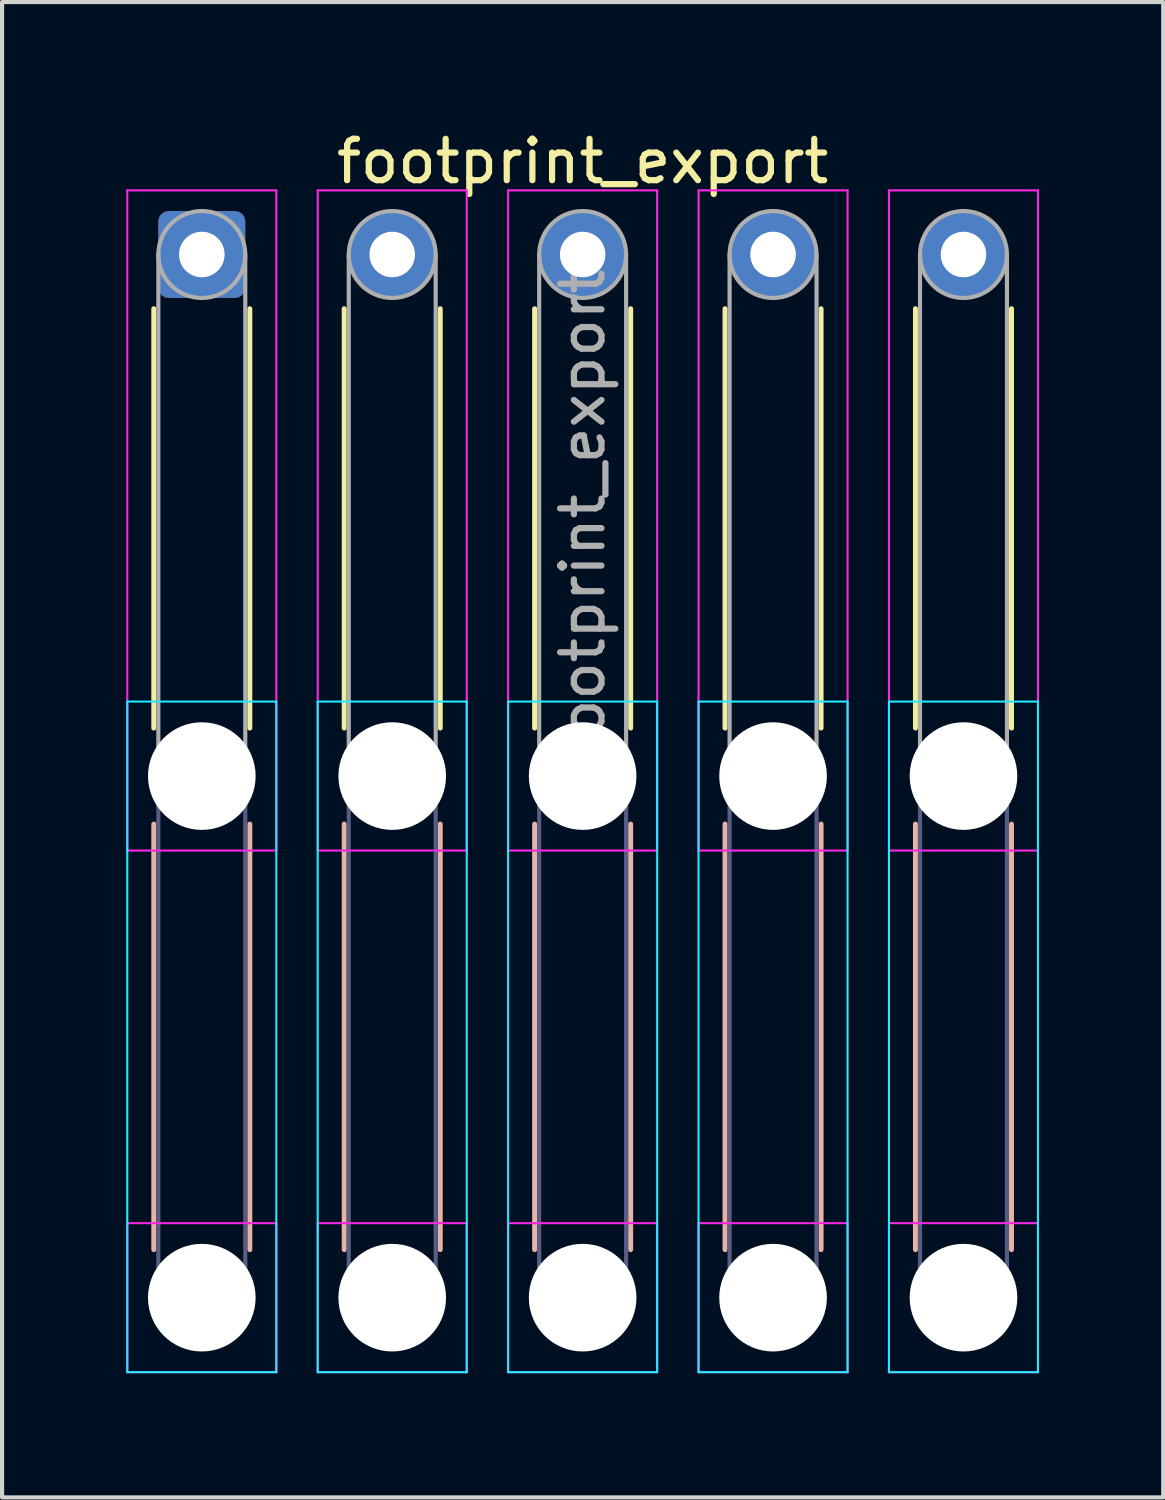
<source format=kicad_pcb>
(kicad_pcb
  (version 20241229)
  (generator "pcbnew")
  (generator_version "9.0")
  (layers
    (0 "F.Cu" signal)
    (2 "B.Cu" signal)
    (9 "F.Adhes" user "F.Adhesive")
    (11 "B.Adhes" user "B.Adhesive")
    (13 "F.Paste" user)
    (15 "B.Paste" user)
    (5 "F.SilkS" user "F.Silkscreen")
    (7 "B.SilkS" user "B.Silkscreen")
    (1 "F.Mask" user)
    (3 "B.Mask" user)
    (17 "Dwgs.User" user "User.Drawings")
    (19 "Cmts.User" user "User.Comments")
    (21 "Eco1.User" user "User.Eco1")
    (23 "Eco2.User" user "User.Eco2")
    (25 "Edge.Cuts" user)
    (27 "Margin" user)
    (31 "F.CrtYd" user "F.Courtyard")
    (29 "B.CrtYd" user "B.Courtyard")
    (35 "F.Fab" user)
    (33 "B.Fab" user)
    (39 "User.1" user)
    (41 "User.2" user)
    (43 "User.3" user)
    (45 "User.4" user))
  (footprint "footprint_export"
    (layer "F.Cu")
    (at 1.825 3.098)
    (property "Reference" "footprint_export" (at 9.2 -2.25 0) (layer "F.SilkS") (effects (font (size 1 1) (thickness 0.15))))
    (attr exclude_from_pos_files exclude_from_bom)
    (fp_line (start -1.16 1.31) (end -1.16 11.44) (stroke (width 0.12) (type solid)) (layer "F.SilkS"))
    (fp_line (start 1.16 1.31) (end 1.16 11.44) (stroke (width 0.12) (type solid)) (layer "F.SilkS"))
    (fp_line (start 3.44 1.31) (end 3.44 11.44) (stroke (width 0.12) (type solid)) (layer "F.SilkS"))
    (fp_line (start 5.76 1.31) (end 5.76 11.44) (stroke (width 0.12) (type solid)) (layer "F.SilkS"))
    (fp_line (start 8.04 1.31) (end 8.04 11.44) (stroke (width 0.12) (type solid)) (layer "F.SilkS"))
    (fp_line (start 10.36 1.31) (end 10.36 11.44) (stroke (width 0.12) (type solid)) (layer "F.SilkS"))
    (fp_line (start 12.64 1.31) (end 12.64 11.44) (stroke (width 0.12) (type solid)) (layer "F.SilkS"))
    (fp_line (start 14.96 1.31) (end 14.96 11.44) (stroke (width 0.12) (type solid)) (layer "F.SilkS"))
    (fp_line (start 17.24 1.31) (end 17.24 11.44) (stroke (width 0.12) (type solid)) (layer "F.SilkS"))
    (fp_line (start 19.56 1.31) (end 19.56 11.44) (stroke (width 0.12) (type solid)) (layer "F.SilkS"))
    (fp_line (start -1.16 13.76) (end -1.16 24.04) (stroke (width 0.12) (type solid)) (layer "B.SilkS"))
    (fp_line (start 1.16 13.76) (end 1.16 24.04) (stroke (width 0.12) (type solid)) (layer "B.SilkS"))
    (fp_line (start 3.44 13.76) (end 3.44 24.04) (stroke (width 0.12) (type solid)) (layer "B.SilkS"))
    (fp_line (start 5.76 13.76) (end 5.76 24.04) (stroke (width 0.12) (type solid)) (layer "B.SilkS"))
    (fp_line (start 8.04 13.76) (end 8.04 24.04) (stroke (width 0.12) (type solid)) (layer "B.SilkS"))
    (fp_line (start 10.36 13.76) (end 10.36 24.04) (stroke (width 0.12) (type solid)) (layer "B.SilkS"))
    (fp_line (start 12.64 13.76) (end 12.64 24.04) (stroke (width 0.12) (type solid)) (layer "B.SilkS"))
    (fp_line (start 14.96 13.76) (end 14.96 24.04) (stroke (width 0.12) (type solid)) (layer "B.SilkS"))
    (fp_line (start 17.24 13.76) (end 17.24 24.04) (stroke (width 0.12) (type solid)) (layer "B.SilkS"))
    (fp_line (start 19.56 13.76) (end 19.56 24.04) (stroke (width 0.12) (type solid)) (layer "B.SilkS"))
    (fp_line (start -1.8 10.8) (end -1.8 27) (stroke (width 0.05) (type solid)) (layer "B.CrtYd"))
    (fp_line (start -1.8 27) (end 1.8 27) (stroke (width 0.05) (type solid)) (layer "B.CrtYd"))
    (fp_line (start 1.8 10.8) (end -1.8 10.8) (stroke (width 0.05) (type solid)) (layer "B.CrtYd"))
    (fp_line (start 1.8 27) (end 1.8 10.8) (stroke (width 0.05) (type solid)) (layer "B.CrtYd"))
    (fp_line (start 2.8 10.8) (end 2.8 27) (stroke (width 0.05) (type solid)) (layer "B.CrtYd"))
    (fp_line (start 2.8 27) (end 6.4 27) (stroke (width 0.05) (type solid)) (layer "B.CrtYd"))
    (fp_line (start 6.4 10.8) (end 2.8 10.8) (stroke (width 0.05) (type solid)) (layer "B.CrtYd"))
    (fp_line (start 6.4 27) (end 6.4 10.8) (stroke (width 0.05) (type solid)) (layer "B.CrtYd"))
    (fp_line (start 7.4 10.8) (end 7.4 27) (stroke (width 0.05) (type solid)) (layer "B.CrtYd"))
    (fp_line (start 7.4 27) (end 11 27) (stroke (width 0.05) (type solid)) (layer "B.CrtYd"))
    (fp_line (start 11 10.8) (end 7.4 10.8) (stroke (width 0.05) (type solid)) (layer "B.CrtYd"))
    (fp_line (start 11 27) (end 11 10.8) (stroke (width 0.05) (type solid)) (layer "B.CrtYd"))
    (fp_line (start 12 10.8) (end 12 27) (stroke (width 0.05) (type solid)) (layer "B.CrtYd"))
    (fp_line (start 12 27) (end 15.6 27) (stroke (width 0.05) (type solid)) (layer "B.CrtYd"))
    (fp_line (start 15.6 10.8) (end 12 10.8) (stroke (width 0.05) (type solid)) (layer "B.CrtYd"))
    (fp_line (start 15.6 27) (end 15.6 10.8) (stroke (width 0.05) (type solid)) (layer "B.CrtYd"))
    (fp_line (start 16.6 10.8) (end 16.6 27) (stroke (width 0.05) (type solid)) (layer "B.CrtYd"))
    (fp_line (start 16.6 27) (end 20.2 27) (stroke (width 0.05) (type solid)) (layer "B.CrtYd"))
    (fp_line (start 20.2 10.8) (end 16.6 10.8) (stroke (width 0.05) (type solid)) (layer "B.CrtYd"))
    (fp_line (start 20.2 27) (end 20.2 10.8) (stroke (width 0.05) (type solid)) (layer "B.CrtYd"))
    (fp_line (start -1.8 -1.55) (end -1.8 14.4) (stroke (width 0.05) (type solid)) (layer "F.CrtYd"))
    (fp_line (start -1.8 14.4) (end 1.8 14.4) (stroke (width 0.05) (type solid)) (layer "F.CrtYd"))
    (fp_line (start -1.8 23.4) (end -1.8 27) (stroke (width 0.05) (type solid)) (layer "F.CrtYd"))
    (fp_line (start -1.8 27) (end 1.8 27) (stroke (width 0.05) (type solid)) (layer "F.CrtYd"))
    (fp_line (start 1.8 -1.55) (end -1.8 -1.55) (stroke (width 0.05) (type solid)) (layer "F.CrtYd"))
    (fp_line (start 1.8 14.4) (end 1.8 -1.55) (stroke (width 0.05) (type solid)) (layer "F.CrtYd"))
    (fp_line (start 1.8 23.4) (end -1.8 23.4) (stroke (width 0.05) (type solid)) (layer "F.CrtYd"))
    (fp_line (start 1.8 27) (end 1.8 23.4) (stroke (width 0.05) (type solid)) (layer "F.CrtYd"))
    (fp_line (start 2.8 -1.55) (end 2.8 14.4) (stroke (width 0.05) (type solid)) (layer "F.CrtYd"))
    (fp_line (start 2.8 14.4) (end 6.4 14.4) (stroke (width 0.05) (type solid)) (layer "F.CrtYd"))
    (fp_line (start 2.8 23.4) (end 2.8 27) (stroke (width 0.05) (type solid)) (layer "F.CrtYd"))
    (fp_line (start 2.8 27) (end 6.4 27) (stroke (width 0.05) (type solid)) (layer "F.CrtYd"))
    (fp_line (start 6.4 -1.55) (end 2.8 -1.55) (stroke (width 0.05) (type solid)) (layer "F.CrtYd"))
    (fp_line (start 6.4 14.4) (end 6.4 -1.55) (stroke (width 0.05) (type solid)) (layer "F.CrtYd"))
    (fp_line (start 6.4 23.4) (end 2.8 23.4) (stroke (width 0.05) (type solid)) (layer "F.CrtYd"))
    (fp_line (start 6.4 27) (end 6.4 23.4) (stroke (width 0.05) (type solid)) (layer "F.CrtYd"))
    (fp_line (start 7.4 -1.55) (end 7.4 14.4) (stroke (width 0.05) (type solid)) (layer "F.CrtYd"))
    (fp_line (start 7.4 14.4) (end 11 14.4) (stroke (width 0.05) (type solid)) (layer "F.CrtYd"))
    (fp_line (start 7.4 23.4) (end 7.4 27) (stroke (width 0.05) (type solid)) (layer "F.CrtYd"))
    (fp_line (start 7.4 27) (end 11 27) (stroke (width 0.05) (type solid)) (layer "F.CrtYd"))
    (fp_line (start 11 -1.55) (end 7.4 -1.55) (stroke (width 0.05) (type solid)) (layer "F.CrtYd"))
    (fp_line (start 11 14.4) (end 11 -1.55) (stroke (width 0.05) (type solid)) (layer "F.CrtYd"))
    (fp_line (start 11 23.4) (end 7.4 23.4) (stroke (width 0.05) (type solid)) (layer "F.CrtYd"))
    (fp_line (start 11 27) (end 11 23.4) (stroke (width 0.05) (type solid)) (layer "F.CrtYd"))
    (fp_line (start 12 -1.55) (end 12 14.4) (stroke (width 0.05) (type solid)) (layer "F.CrtYd"))
    (fp_line (start 12 14.4) (end 15.6 14.4) (stroke (width 0.05) (type solid)) (layer "F.CrtYd"))
    (fp_line (start 12 23.4) (end 12 27) (stroke (width 0.05) (type solid)) (layer "F.CrtYd"))
    (fp_line (start 12 27) (end 15.6 27) (stroke (width 0.05) (type solid)) (layer "F.CrtYd"))
    (fp_line (start 15.6 -1.55) (end 12 -1.55) (stroke (width 0.05) (type solid)) (layer "F.CrtYd"))
    (fp_line (start 15.6 14.4) (end 15.6 -1.55) (stroke (width 0.05) (type solid)) (layer "F.CrtYd"))
    (fp_line (start 15.6 23.4) (end 12 23.4) (stroke (width 0.05) (type solid)) (layer "F.CrtYd"))
    (fp_line (start 15.6 27) (end 15.6 23.4) (stroke (width 0.05) (type solid)) (layer "F.CrtYd"))
    (fp_line (start 16.6 -1.55) (end 16.6 14.4) (stroke (width 0.05) (type solid)) (layer "F.CrtYd"))
    (fp_line (start 16.6 14.4) (end 20.2 14.4) (stroke (width 0.05) (type solid)) (layer "F.CrtYd"))
    (fp_line (start 16.6 23.4) (end 16.6 27) (stroke (width 0.05) (type solid)) (layer "F.CrtYd"))
    (fp_line (start 16.6 27) (end 20.2 27) (stroke (width 0.05) (type solid)) (layer "F.CrtYd"))
    (fp_line (start 20.2 -1.55) (end 16.6 -1.55) (stroke (width 0.05) (type solid)) (layer "F.CrtYd"))
    (fp_line (start 20.2 14.4) (end 20.2 -1.55) (stroke (width 0.05) (type solid)) (layer "F.CrtYd"))
    (fp_line (start 20.2 23.4) (end 16.6 23.4) (stroke (width 0.05) (type solid)) (layer "F.CrtYd"))
    (fp_line (start 20.2 27) (end 20.2 23.4) (stroke (width 0.05) (type solid)) (layer "F.CrtYd"))
    (fp_line (start -1.05 12.6) (end -1.05 25.2) (stroke (width 0.1) (type solid)) (layer "B.Fab"))
    (fp_line (start 1.05 12.6) (end 1.05 25.2) (stroke (width 0.1) (type solid)) (layer "B.Fab"))
    (fp_line (start 3.55 12.6) (end 3.55 25.2) (stroke (width 0.1) (type solid)) (layer "B.Fab"))
    (fp_line (start 5.65 12.6) (end 5.65 25.2) (stroke (width 0.1) (type solid)) (layer "B.Fab"))
    (fp_line (start 8.15 12.6) (end 8.15 25.2) (stroke (width 0.1) (type solid)) (layer "B.Fab"))
    (fp_line (start 10.25 12.6) (end 10.25 25.2) (stroke (width 0.1) (type solid)) (layer "B.Fab"))
    (fp_line (start 12.75 12.6) (end 12.75 25.2) (stroke (width 0.1) (type solid)) (layer "B.Fab"))
    (fp_line (start 14.85 12.6) (end 14.85 25.2) (stroke (width 0.1) (type solid)) (layer "B.Fab"))
    (fp_line (start 17.35 12.6) (end 17.35 25.2) (stroke (width 0.1) (type solid)) (layer "B.Fab"))
    (fp_line (start 19.45 12.6) (end 19.45 25.2) (stroke (width 0.1) (type solid)) (layer "B.Fab"))
    (fp_circle (center 0 12.6) (end 1.05 12.6) (stroke (width 0.1) (type solid)) (fill no) (layer "B.Fab"))
    (fp_circle (center 0 25.2) (end 1.05 25.2) (stroke (width 0.1) (type solid)) (fill no) (layer "B.Fab"))
    (fp_circle (center 4.6 12.6) (end 5.65 12.6) (stroke (width 0.1) (type solid)) (fill no) (layer "B.Fab"))
    (fp_circle (center 4.6 25.2) (end 5.65 25.2) (stroke (width 0.1) (type solid)) (fill no) (layer "B.Fab"))
    (fp_circle (center 9.2 12.6) (end 10.25 12.6) (stroke (width 0.1) (type solid)) (fill no) (layer "B.Fab"))
    (fp_circle (center 9.2 25.2) (end 10.25 25.2) (stroke (width 0.1) (type solid)) (fill no) (layer "B.Fab"))
    (fp_circle (center 13.8 12.6) (end 14.85 12.6) (stroke (width 0.1) (type solid)) (fill no) (layer "B.Fab"))
    (fp_circle (center 13.8 25.2) (end 14.85 25.2) (stroke (width 0.1) (type solid)) (fill no) (layer "B.Fab"))
    (fp_circle (center 18.4 12.6) (end 19.45 12.6) (stroke (width 0.1) (type solid)) (fill no) (layer "B.Fab"))
    (fp_circle (center 18.4 25.2) (end 19.45 25.2) (stroke (width 0.1) (type solid)) (fill no) (layer "B.Fab"))
    (fp_line (start -1.05 0) (end -1.05 12.6) (stroke (width 0.1) (type solid)) (layer "F.Fab"))
    (fp_line (start 1.05 0) (end 1.05 12.6) (stroke (width 0.1) (type solid)) (layer "F.Fab"))
    (fp_line (start 3.55 0) (end 3.55 12.6) (stroke (width 0.1) (type solid)) (layer "F.Fab"))
    (fp_line (start 5.65 0) (end 5.65 12.6) (stroke (width 0.1) (type solid)) (layer "F.Fab"))
    (fp_line (start 8.15 0) (end 8.15 12.6) (stroke (width 0.1) (type solid)) (layer "F.Fab"))
    (fp_line (start 10.25 0) (end 10.25 12.6) (stroke (width 0.1) (type solid)) (layer "F.Fab"))
    (fp_line (start 12.75 0) (end 12.75 12.6) (stroke (width 0.1) (type solid)) (layer "F.Fab"))
    (fp_line (start 14.85 0) (end 14.85 12.6) (stroke (width 0.1) (type solid)) (layer "F.Fab"))
    (fp_line (start 17.35 0) (end 17.35 12.6) (stroke (width 0.1) (type solid)) (layer "F.Fab"))
    (fp_line (start 19.45 0) (end 19.45 12.6) (stroke (width 0.1) (type solid)) (layer "F.Fab"))
    (fp_circle (center 0 0) (end 1.05 0) (stroke (width 0.1) (type solid)) (fill no) (layer "F.Fab"))
    (fp_circle (center 0 12.6) (end 1.05 12.6) (stroke (width 0.1) (type solid)) (fill no) (layer "F.Fab"))
    (fp_circle (center 0 25.2) (end 1.05 25.2) (stroke (width 0.1) (type solid)) (fill no) (layer "F.Fab"))
    (fp_circle (center 4.6 0) (end 5.65 0) (stroke (width 0.1) (type solid)) (fill no) (layer "F.Fab"))
    (fp_circle (center 4.6 12.6) (end 5.65 12.6) (stroke (width 0.1) (type solid)) (fill no) (layer "F.Fab"))
    (fp_circle (center 4.6 25.2) (end 5.65 25.2) (stroke (width 0.1) (type solid)) (fill no) (layer "F.Fab"))
    (fp_circle (center 9.2 0) (end 10.25 0) (stroke (width 0.1) (type solid)) (fill no) (layer "F.Fab"))
    (fp_circle (center 9.2 12.6) (end 10.25 12.6) (stroke (width 0.1) (type solid)) (fill no) (layer "F.Fab"))
    (fp_circle (center 9.2 25.2) (end 10.25 25.2) (stroke (width 0.1) (type solid)) (fill no) (layer "F.Fab"))
    (fp_circle (center 13.8 0) (end 14.85 0) (stroke (width 0.1) (type solid)) (fill no) (layer "F.Fab"))
    (fp_circle (center 13.8 12.6) (end 14.85 12.6) (stroke (width 0.1) (type solid)) (fill no) (layer "F.Fab"))
    (fp_circle (center 13.8 25.2) (end 14.85 25.2) (stroke (width 0.1) (type solid)) (fill no) (layer "F.Fab"))
    (fp_circle (center 18.4 0) (end 19.45 0) (stroke (width 0.1) (type solid)) (fill no) (layer "F.Fab"))
    (fp_circle (center 18.4 12.6) (end 19.45 12.6) (stroke (width 0.1) (type solid)) (fill no) (layer "F.Fab"))
    (fp_circle (center 18.4 25.2) (end 19.45 25.2) (stroke (width 0.1) (type solid)) (fill no) (layer "F.Fab"))
    (fp_text user "${REFERENCE}" (at 9.2 6.3 90) (layer "F.Fab") (effects (font (size 1 1) (thickness 0.15))))
    (pad "" np_thru_hole circle (at 0 12.6) (size 2.6 2.6) (drill 2.6) (layers "*.Cu" "*.Mask"))
    (pad "" np_thru_hole circle (at 0 25.2) (size 2.6 2.6) (drill 2.6) (layers "*.Cu" "*.Mask"))
    (pad "" np_thru_hole circle (at 4.6 12.6) (size 2.6 2.6) (drill 2.6) (layers "*.Cu" "*.Mask"))
    (pad "" np_thru_hole circle (at 4.6 25.2) (size 2.6 2.6) (drill 2.6) (layers "*.Cu" "*.Mask"))
    (pad "" np_thru_hole circle (at 9.2 12.6) (size 2.6 2.6) (drill 2.6) (layers "*.Cu" "*.Mask"))
    (pad "" np_thru_hole circle (at 9.2 25.2) (size 2.6 2.6) (drill 2.6) (layers "*.Cu" "*.Mask"))
    (pad "" np_thru_hole circle (at 13.8 12.6) (size 2.6 2.6) (drill 2.6) (layers "*.Cu" "*.Mask"))
    (pad "" np_thru_hole circle (at 13.8 25.2) (size 2.6 2.6) (drill 2.6) (layers "*.Cu" "*.Mask"))
    (pad "" np_thru_hole circle (at 18.4 12.6) (size 2.6 2.6) (drill 2.6) (layers "*.Cu" "*.Mask"))
    (pad "" np_thru_hole circle (at 18.4 25.2) (size 2.6 2.6) (drill 2.6) (layers "*.Cu" "*.Mask"))
    (pad "1" thru_hole roundrect (at 0 0) (size 2.1 2.1) (drill 1.1) (layers "*.Cu" "*.Mask") (roundrect_rratio 0.119))
    (pad "2" thru_hole circle (at 4.6 0) (size 2.1 2.1) (drill 1.1) (layers "*.Cu" "*.Mask"))
    (pad "3" thru_hole circle (at 9.2 0) (size 2.1 2.1) (drill 1.1) (layers "*.Cu" "*.Mask"))
    (pad "4" thru_hole circle (at 13.8 0) (size 2.1 2.1) (drill 1.1) (layers "*.Cu" "*.Mask"))
    (pad "5" thru_hole circle (at 18.4 0) (size 2.1 2.1) (drill 1.1) (layers "*.Cu" "*.Mask")))
  (gr_rect
    (start -3 -3)
    (end 25.05 33.123)
    (stroke (width 0.1) (type default))
    (fill no)
    (layer "Edge.Cuts")))
</source>
